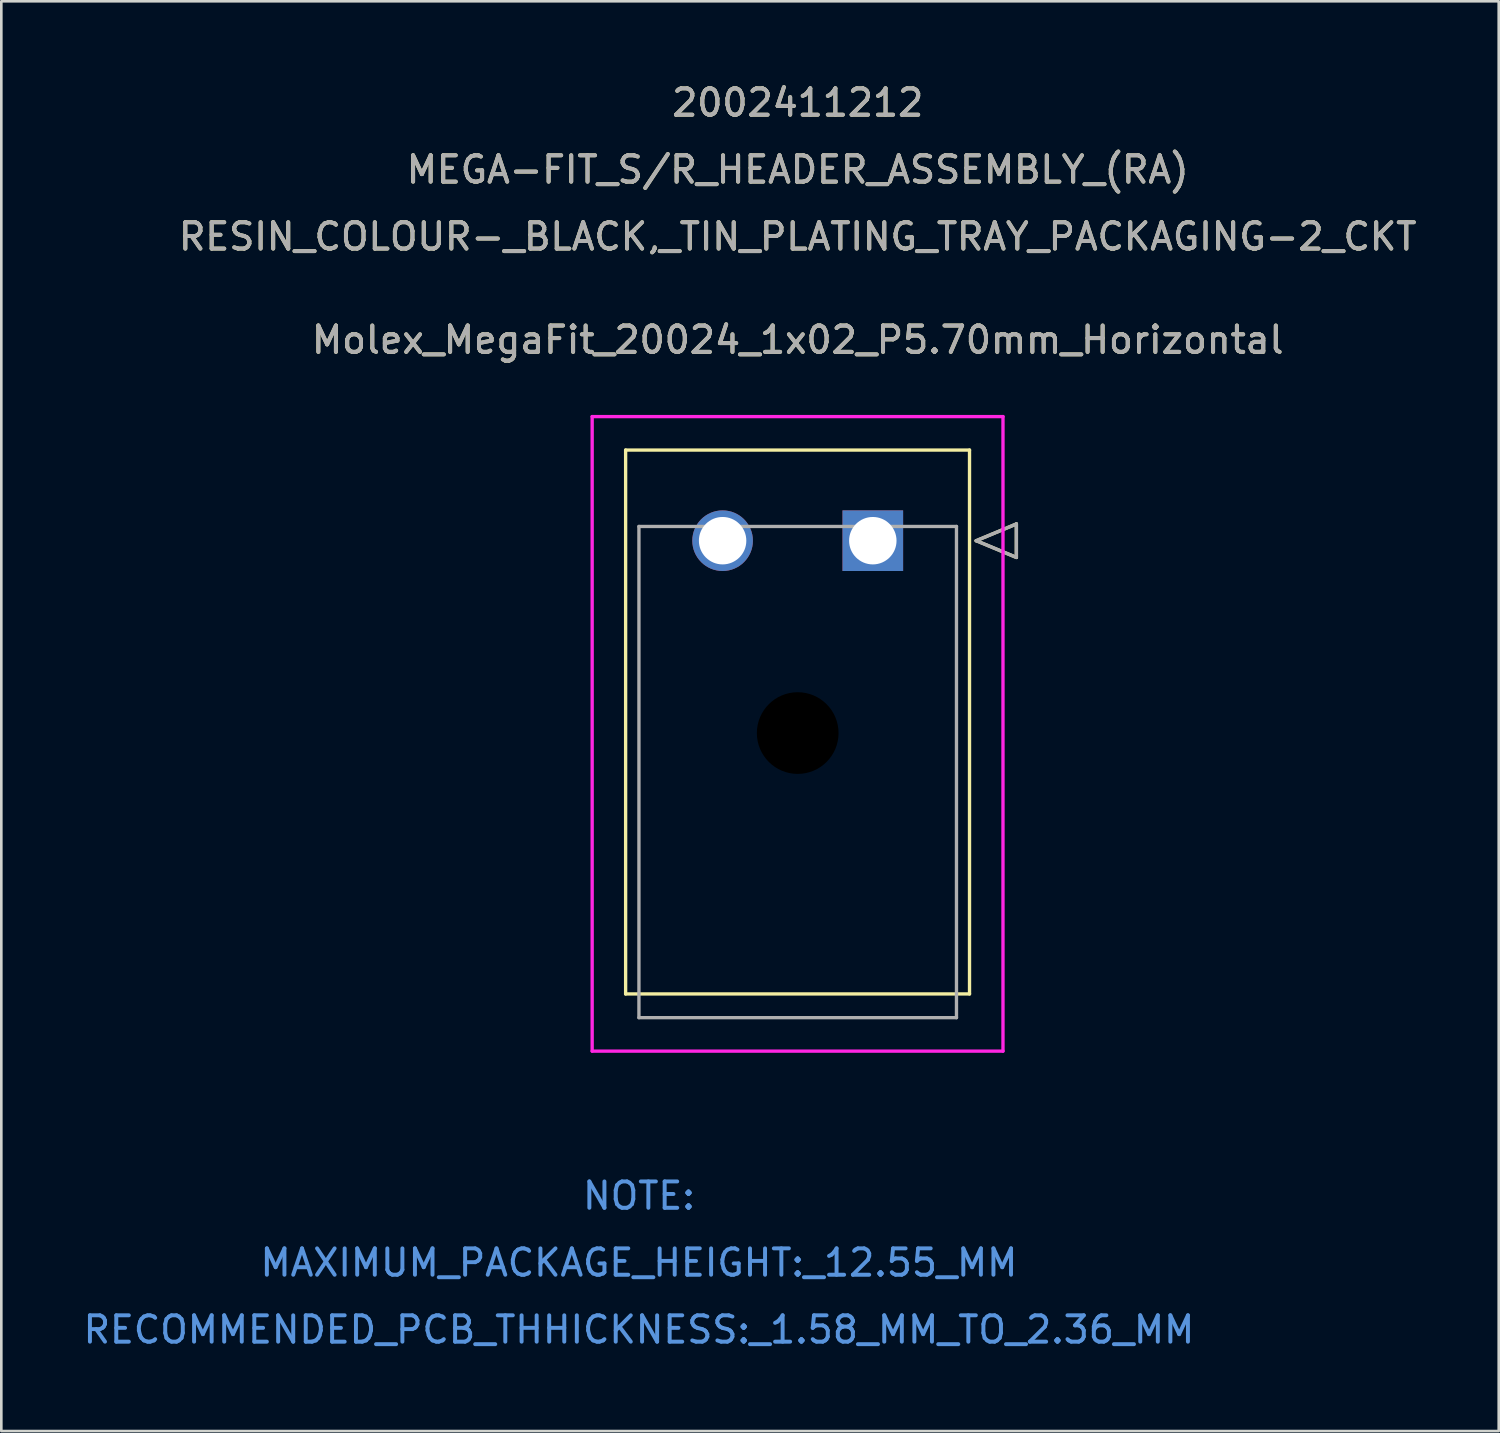
<source format=kicad_pcb>
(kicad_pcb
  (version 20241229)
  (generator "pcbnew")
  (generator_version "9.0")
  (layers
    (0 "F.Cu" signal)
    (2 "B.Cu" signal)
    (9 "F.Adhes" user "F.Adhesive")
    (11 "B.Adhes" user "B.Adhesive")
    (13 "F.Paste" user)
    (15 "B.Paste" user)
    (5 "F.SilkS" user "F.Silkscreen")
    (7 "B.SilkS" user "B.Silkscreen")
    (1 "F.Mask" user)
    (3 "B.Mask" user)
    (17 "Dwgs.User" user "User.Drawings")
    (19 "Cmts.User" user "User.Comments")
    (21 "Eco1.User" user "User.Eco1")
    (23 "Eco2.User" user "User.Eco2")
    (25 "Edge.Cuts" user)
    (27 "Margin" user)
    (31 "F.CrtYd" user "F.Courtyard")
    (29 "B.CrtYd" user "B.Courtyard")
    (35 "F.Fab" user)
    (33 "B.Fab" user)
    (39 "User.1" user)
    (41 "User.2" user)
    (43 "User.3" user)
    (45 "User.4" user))
  (footprint "Molex_MegaFit_20024_1x02_P5.70mm_Horizontal"
    (layer "F.Cu")
    (at 30.071 17.468)
    (property "Reference" "Molex_MegaFit_20024_1x02_P5.70mm_Horizontal" (at -2.85 -7.62 0) (unlocked yes) (layer "F.SilkS") (effects (font (size 1 1) (thickness 0.15))))
    (attr through_hole)
    (fp_line (start -9.38 -3.44) (end -9.38 17.2) (stroke (width 0.127) (type solid)) (layer "F.SilkS"))
    (fp_line (start -9.38 17.2) (end 3.67 17.2) (stroke (width 0.127) (type solid)) (layer "F.SilkS"))
    (fp_line (start 3.67 -3.44) (end -9.38 -3.44) (stroke (width 0.127) (type solid)) (layer "F.SilkS"))
    (fp_line (start 3.67 17.2) (end 3.67 -3.44) (stroke (width 0.127) (type solid)) (layer "F.SilkS"))
    (fp_line (start 3.924 0) (end 5.448 -0.635) (stroke (width 0.127) (type solid)) (layer "F.SilkS"))
    (fp_line (start 5.448 -0.635) (end 5.448 0.635) (stroke (width 0.127) (type solid)) (layer "F.SilkS"))
    (fp_line (start 5.448 0.635) (end 3.924 0) (stroke (width 0.127) (type solid)) (layer "F.SilkS"))
    (fp_line (start -10.65 -4.71) (end -10.65 19.37) (stroke (width 0.127) (type solid)) (layer "F.CrtYd"))
    (fp_line (start -10.65 19.37) (end 4.94 19.37) (stroke (width 0.127) (type solid)) (layer "F.CrtYd"))
    (fp_line (start 4.94 -4.71) (end -10.65 -4.71) (stroke (width 0.127) (type solid)) (layer "F.CrtYd"))
    (fp_line (start 4.94 19.37) (end 4.94 -4.71) (stroke (width 0.127) (type solid)) (layer "F.CrtYd"))
    (fp_line (start -8.875 -0.54) (end -8.875 18.1) (stroke (width 0.127) (type solid)) (layer "F.Fab"))
    (fp_line (start -8.875 18.1) (end 3.175 18.1) (stroke (width 0.127) (type solid)) (layer "F.Fab"))
    (fp_line (start 3.175 -0.54) (end -8.875 -0.54) (stroke (width 0.127) (type solid)) (layer "F.Fab"))
    (fp_line (start 3.175 18.1) (end 3.175 -0.54) (stroke (width 0.127) (type solid)) (layer "F.Fab"))
    (fp_line (start 3.924 0) (end 5.448 -0.635) (stroke (width 0.127) (type solid)) (layer "F.Fab"))
    (fp_line (start 5.448 -0.635) (end 5.448 0.635) (stroke (width 0.127) (type solid)) (layer "F.Fab"))
    (fp_line (start 5.448 0.635) (end 3.924 0) (stroke (width 0.127) (type solid)) (layer "F.Fab"))
    (fp_text user "RESIN_COLOUR-_BLACK,_TIN_PLATING_TRAY_PACKAGING-2_CKT" (at -2.85 -11.54 0) (unlocked yes) (layer "F.SilkS") (effects (font (size 1 1) (thickness 0.15))))
    (fp_text user "2002411212" (at -2.85 -16.62 0) (unlocked yes) (layer "F.SilkS") (effects (font (size 1 1) (thickness 0.15))))
    (fp_text user "MEGA-FIT_S/R_HEADER_ASSEMBLY_(RA)" (at -2.85 -14.08 0) (unlocked yes) (layer "F.SilkS") (effects (font (size 1 1) (thickness 0.15))))
    (fp_text user "NOTE:" (at -8.875 24.86 0) (unlocked yes) (layer "Cmts.User") (effects (font (size 1 1) (thickness 0.15))))
    (fp_text user "RECOMMENDED_PCB_THHICKNESS:_1.58_MM_TO_2.36_MM" (at -8.875 29.94 0) (unlocked yes) (layer "Cmts.User") (effects (font (size 1 1) (thickness 0.15))))
    (fp_text user "MAXIMUM_PACKAGE_HEIGHT:_12.55_MM" (at -8.875 27.4 0) (unlocked yes) (layer "Cmts.User") (effects (font (size 1 1) (thickness 0.15))))
    (fp_text user "2002411212" (at -2.85 -16.62 0) (unlocked yes) (layer "F.Fab") (effects (font (size 1 1) (thickness 0.15))))
    (fp_text user "RESIN_COLOUR-_BLACK,_TIN_PLATING_TRAY_PACKAGING-2_CKT" (at -2.85 -11.54 0) (unlocked yes) (layer "F.Fab") (effects (font (size 1 1) (thickness 0.15))))
    (fp_text user "${REFERENCE}" (at -2.85 -7.62 0) (unlocked yes) (layer "F.Fab") (effects (font (size 1 1) (thickness 0.15))))
    (fp_text user "MEGA-FIT_S/R_HEADER_ASSEMBLY_(RA)" (at -2.85 -14.08 0) (unlocked yes) (layer "F.Fab") (effects (font (size 1 1) (thickness 0.15))))
    (pad "" np_thru_hole circle (at -2.85 7.3) (size 3.1 3.1) (drill 3.1) (layers))
    (pad "1" thru_hole rect (at 0 0) (size 2.3 2.3) (drill 1.8) (layers "*.Cu" "*.Mask"))
    (pad "2" thru_hole circle (at -5.7 0) (size 2.3 2.3) (drill 1.8) (layers "*.Cu" "*.Mask")))
  (gr_rect
    (start -3 -3)
    (end 53.823 51.256)
    (stroke (width 0.1) (type default))
    (fill no)
    (layer "Edge.Cuts")))
</source>
